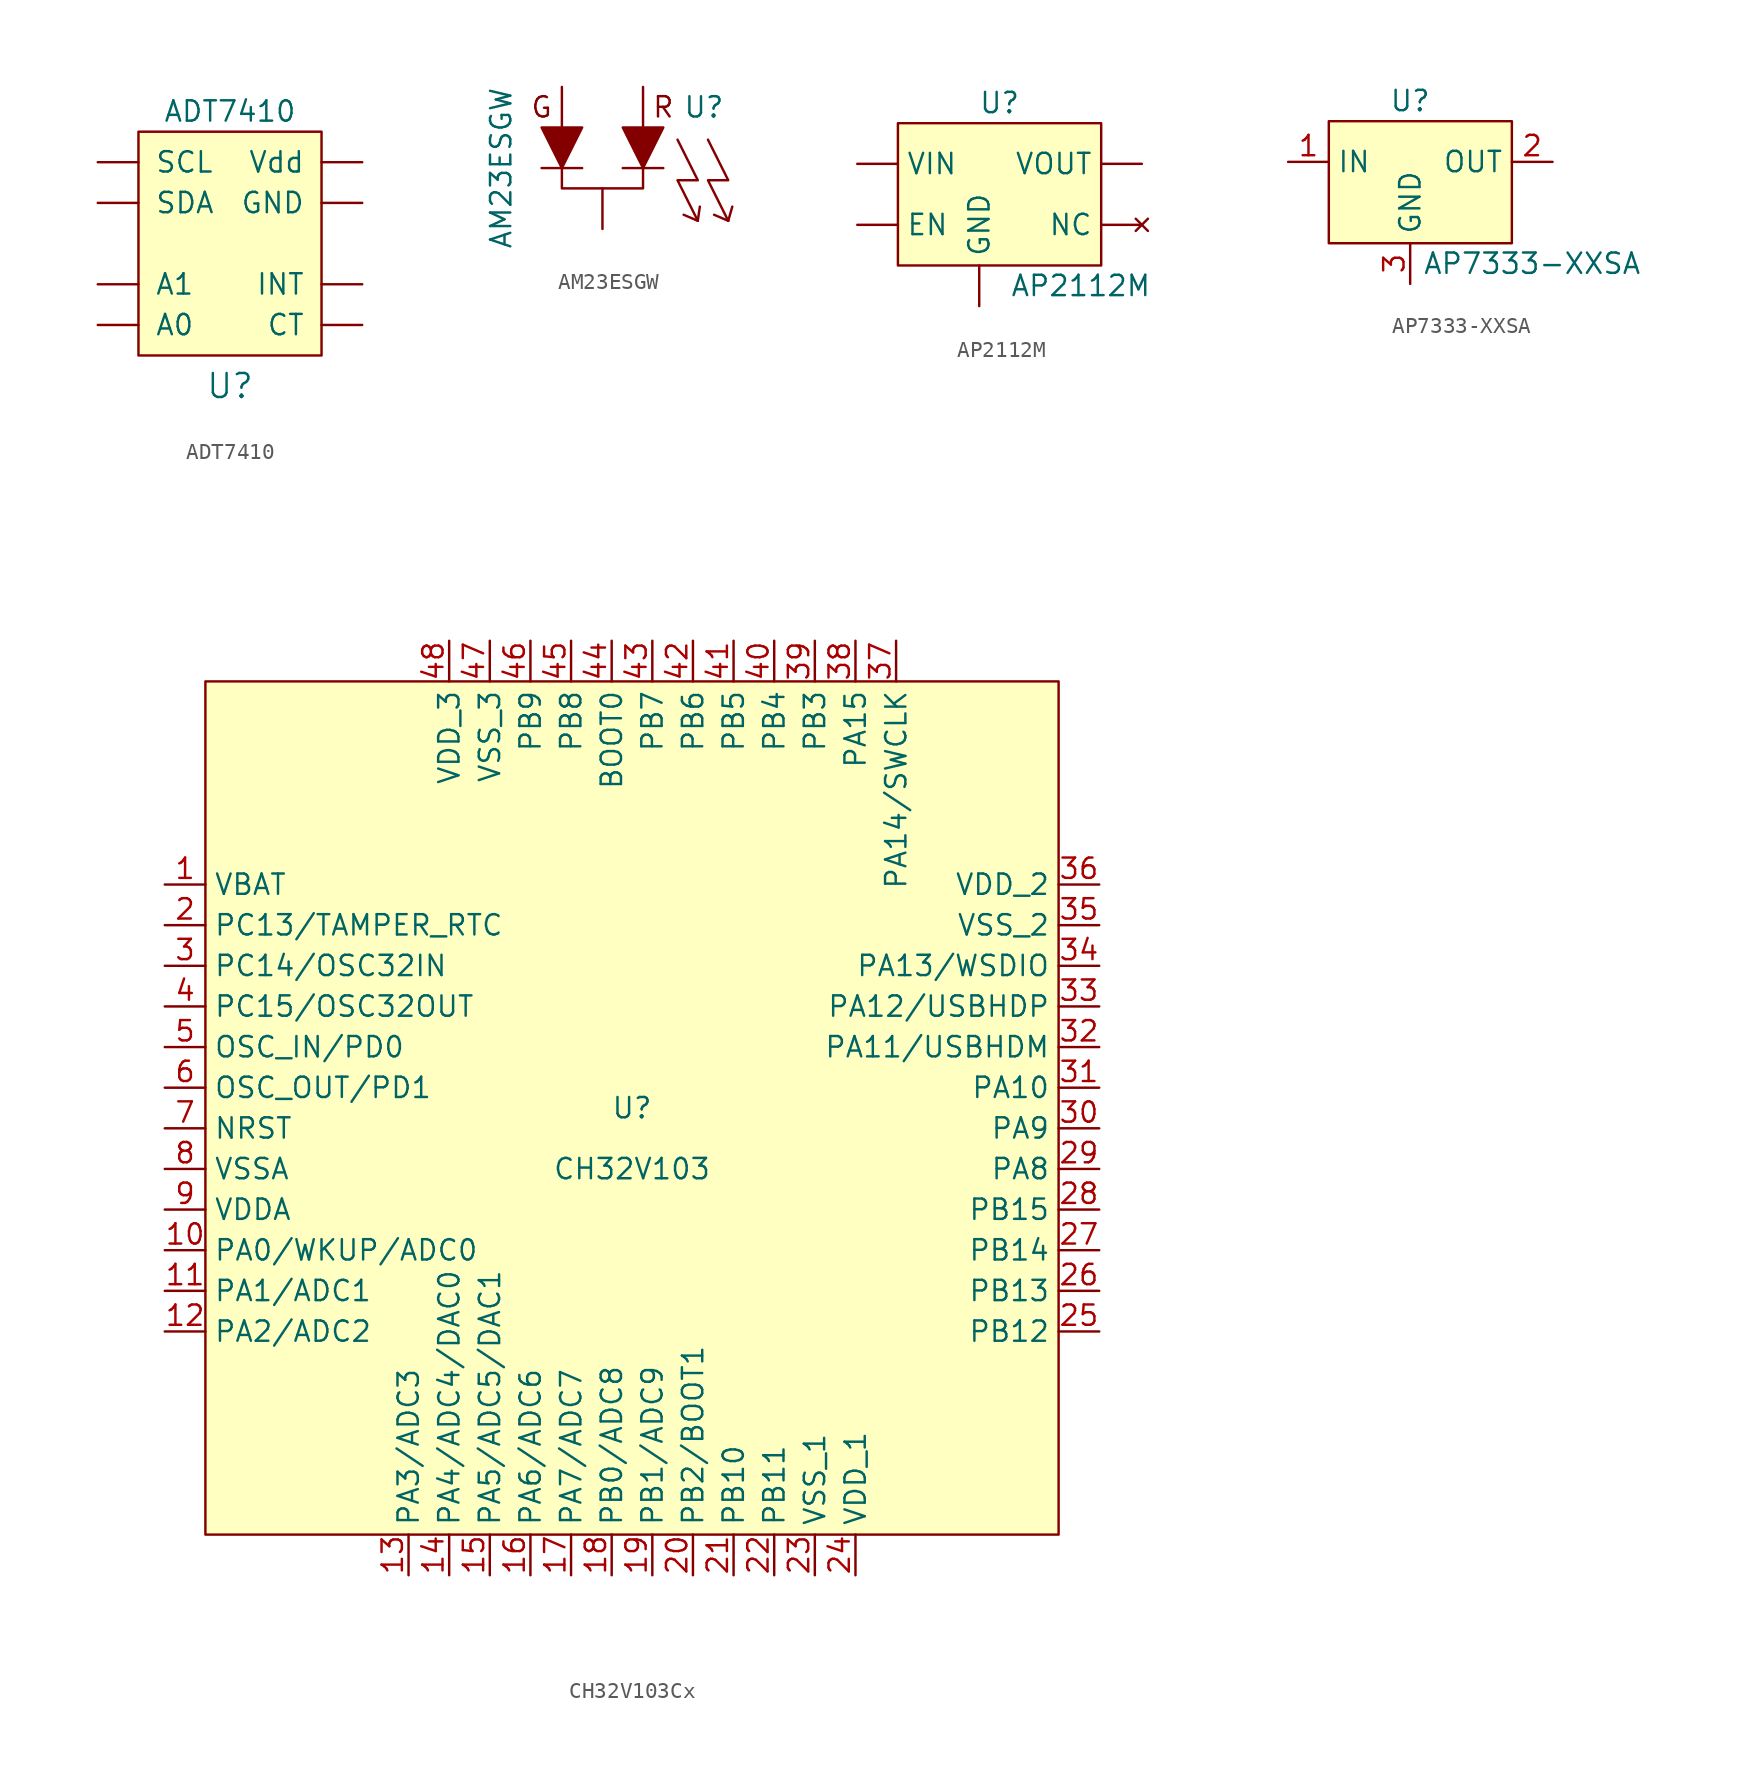
<source format=kicad_sym>
(kicad_symbol_lib
  (version 20220914)
  (generator kicad_symbol_editor)
  (symbol "ADT7410"
    (pin_numbers hide)
    (pin_names
      (offset 1.016))
    (property "Reference" "U"
      (at 0 -10.795 0)
      (effects (font (size 1.499 1.499))))
    (property "Value" "ADT7410"
      (at 0 6.35 0)
      (effects (font (size 1.27 1.27))))
    (symbol "ADT7410_0_1"
      (rectangle (start -5.715 5.08) (end 5.715 -8.89) (stroke (width 0) (type default)) (fill (type background))))
    (symbol "ADT7410_1_1"
      (pin input line (at -8.255 3.175 0) (length 2.54) (name "SCL" (effects (font (size 1.27 1.27)))) (number "1" (effects (font (size 1.27 1.27)))))
      (pin bidirectional line (at -8.255 0.635 0) (length 2.54) (name "SDA" (effects (font (size 1.27 1.27)))) (number "2" (effects (font (size 1.27 1.27)))))
      (pin input line (at -8.255 -6.985 0) (length 2.54) (name "A0" (effects (font (size 1.27 1.27)))) (number "3" (effects (font (size 1.27 1.27)))))
      (pin input line (at -8.255 -4.445 0) (length 2.54) (name "A1" (effects (font (size 1.27 1.27)))) (number "4" (effects (font (size 1.27 1.27)))))
      (pin output line (at 8.255 -4.445 180) (length 2.54) (name "INT" (effects (font (size 1.27 1.27)))) (number "5" (effects (font (size 1.27 1.27)))))
      (pin output line (at 8.255 -6.985 180) (length 2.54) (name "CT" (effects (font (size 1.27 1.27)))) (number "6" (effects (font (size 1.27 1.27)))))
      (pin power_in line (at 8.255 0.635 180) (length 2.54) (name "GND" (effects (font (size 1.27 1.27)))) (number "7" (effects (font (size 1.27 1.27)))))
      (pin power_in line (at 8.255 3.175 180) (length 2.54) (name "Vdd" (effects (font (size 1.27 1.27)))) (number "8" (effects (font (size 1.27 1.27)))))))
  (symbol "AM23ESGW"
    (pin_numbers hide)
    (pin_names hide)
    (property "Reference" "U"
      (at 6.35 3.81 0)
      (effects (font (size 1.27 1.27))))
    (property "Value" "AM23ESGW"
      (at -6.35 0 90)
      (effects (font (size 1.27 1.27))))
    (symbol "AM23ESGW_0_0"
      (text "G" (at -3.81 3.81 0) (effects (font (size 1.27 1.27))))
      (text "R" (at 3.81 3.81 0) (effects (font (size 1.27 1.27)))))
    (symbol "AM23ESGW_0_1"
      (polyline (pts (xy -3.81 0) (xy -1.27 0)) (stroke (width 0) (type default)) (fill (type none)))
      (polyline (pts (xy 1.27 0) (xy 3.81 0)) (stroke (width 0) (type default)) (fill (type none)))
      (polyline (pts (xy 5.969 -3.302) (xy 5.08 -2.921)) (stroke (width 0) (type default)) (fill (type none)))
      (polyline (pts (xy 5.969 -3.302) (xy 6.096 -2.413)) (stroke (width 0) (type default)) (fill (type none)))
      (polyline (pts (xy 7.874 -3.302) (xy 6.985 -2.921)) (stroke (width 0) (type default)) (fill (type none)))
      (polyline (pts (xy 7.874 -3.302) (xy 8.128 -2.413)) (stroke (width 0) (type default)) (fill (type none)))
      (polyline (pts (xy -2.54 0) (xy -2.54 -1.27) (xy 2.54 -1.27) (xy 2.54 0)) (stroke (width 0) (type default)) (fill (type none)))
      (polyline (pts (xy -2.54 0) (xy -1.27 2.54) (xy -3.81 2.54) (xy -2.54 0)) (stroke (width 0) (type default)) (fill (type outline)))
      (polyline (pts (xy 2.54 0) (xy 3.81 2.54) (xy 1.27 2.54) (xy 2.54 0)) (stroke (width 0) (type default)) (fill (type outline)))
      (polyline (pts (xy 4.699 1.778) (xy 5.969 -0.762) (xy 4.699 -0.762) (xy 5.969 -3.302)) (stroke (width 0) (type default)) (fill (type none)))
      (polyline (pts (xy 6.604 1.778) (xy 7.874 -0.762) (xy 6.604 -0.762) (xy 7.874 -3.302)) (stroke (width 0) (type default)) (fill (type none))))
    (symbol "AM23ESGW_1_1"
      (pin input line (at 2.54 5.08 270) (length 2.54) (name "R" (effects (font (size 1.27 1.27)))) (number "1" (effects (font (size 1.27 1.27)))))
      (pin input line (at -2.54 5.08 270) (length 2.54) (name "G" (effects (font (size 1.27 1.27)))) (number "2" (effects (font (size 1.27 1.27)))))
      (pin passive line (at 0 -3.81 90) (length 2.54) (name "C" (effects (font (size 1.27 1.27)))) (number "3" (effects (font (size 1.27 1.27)))))))
  (symbol "AP2112M"
    (pin_numbers hide)
    (property "Reference" "U"
      (at 1.27 5.08 0)
      (effects (font (size 1.27 1.27))))
    (property "Value" "AP2112M"
      (at 6.35 -6.35 0)
      (effects (font (size 1.27 1.27))))
    (symbol "AP2112M_0_1"
      (rectangle (start -5.08 3.81) (end 7.62 -5.08) (stroke (width 0) (type default)) (fill (type background))))
    (symbol "AP2112M_1_1"
      (pin power_out line (at 10.16 1.27 180) (length 2.54) (name "VOUT" (effects (font (size 1.27 1.27)))) (number "1" (effects (font (size 1.27 1.27)))))
      (pin no_connect line (at 10.16 -2.54 180) (length 2.54) (name "NC" (effects (font (size 1.27 1.27)))) (number "2" (effects (font (size 1.27 1.27)))))
      (pin no_connect line (at 10.16 -2.54 180) (length 2.54) hide (name "NC" (effects (font (size 1.27 1.27)))) (number "3" (effects (font (size 1.27 1.27)))))
      (pin no_connect line (at 10.16 -2.54 180) (length 2.54) hide (name "NC" (effects (font (size 1.27 1.27)))) (number "4" (effects (font (size 1.27 1.27)))))
      (pin input line (at -7.62 -2.54 0) (length 2.54) (name "EN" (effects (font (size 1.27 1.27)))) (number "5" (effects (font (size 1.27 1.27)))))
      (pin passive line (at 0 -7.62 90) (length 2.54) (name "GND" (effects (font (size 1.27 1.27)))) (number "6" (effects (font (size 1.27 1.27)))))
      (pin passive line (at 0 -7.62 90) (length 2.54) hide (name "GND" (effects (font (size 1.27 1.27)))) (number "7" (effects (font (size 1.27 1.27)))))
      (pin power_in line (at -7.62 1.27 0) (length 2.54) (name "VIN" (effects (font (size 1.27 1.27)))) (number "8" (effects (font (size 1.27 1.27)))))))
  (symbol "AP7333-XXSA"
    (property "Reference" "U"
      (at 0 5.08 0)
      (effects (font (size 1.27 1.27))))
    (property "Value" "AP7333-XXSA"
      (at 7.62 -5.08 0)
      (effects (font (size 1.27 1.27))))
    (symbol "AP7333-XXSA_1_1"
      (rectangle (start -5.08 3.81) (end 6.35 -3.81) (stroke (width 0) (type default)) (fill (type background)))
      (pin power_in line (at -7.62 1.27 0) (length 2.54) (name "IN" (effects (font (size 1.27 1.27)))) (number "1" (effects (font (size 1.27 1.27)))))
      (pin power_out line (at 8.89 1.27 180) (length 2.54) (name "OUT" (effects (font (size 1.27 1.27)))) (number "2" (effects (font (size 1.27 1.27)))))
      (pin power_in line (at 0 -6.35 90) (length 2.54) (name "GND" (effects (font (size 1.27 1.27)))) (number "3" (effects (font (size 1.27 1.27)))))))
  (symbol "CH32V103Cx"
    (property "Reference" "U"
      (at 0 0 0)
      (effects (font (size 1.27 1.27))))
    (property "Value" "CH32V103"
      (at 0 -3.81 0)
      (effects (font (size 1.27 1.27))))
    (symbol "CH32V103Cx_1_1"
      (rectangle (start -26.67 26.67) (end 26.67 -26.67) (stroke (width 0) (type default)) (fill (type background)))
      (pin power_in line (at -29.21 13.97 0) (length 2.54) (name "VBAT" (effects (font (size 1.27 1.27)))) (number "1" (effects (font (size 1.27 1.27)))))
      (pin bidirectional line (at -29.21 -8.89 0) (length 2.54) (name "PA0/WKUP/ADC0" (effects (font (size 1.27 1.27)))) (number "10" (effects (font (size 1.27 1.27)))))
      (pin bidirectional line (at -29.21 -11.43 0) (length 2.54) (name "PA1/ADC1" (effects (font (size 1.27 1.27)))) (number "11" (effects (font (size 1.27 1.27)))))
      (pin bidirectional line (at -29.21 -13.97 0) (length 2.54) (name "PA2/ADC2" (effects (font (size 1.27 1.27)))) (number "12" (effects (font (size 1.27 1.27)))))
      (pin bidirectional line (at -13.97 -29.21 90) (length 2.54) (name "PA3/ADC3" (effects (font (size 1.27 1.27)))) (number "13" (effects (font (size 1.27 1.27)))))
      (pin bidirectional line (at -11.43 -29.21 90) (length 2.54) (name "PA4/ADC4/DAC0" (effects (font (size 1.27 1.27)))) (number "14" (effects (font (size 1.27 1.27)))))
      (pin bidirectional line (at -8.89 -29.21 90) (length 2.54) (name "PA5/ADC5/DAC1" (effects (font (size 1.27 1.27)))) (number "15" (effects (font (size 1.27 1.27)))))
      (pin bidirectional line (at -6.35 -29.21 90) (length 2.54) (name "PA6/ADC6" (effects (font (size 1.27 1.27)))) (number "16" (effects (font (size 1.27 1.27)))))
      (pin bidirectional line (at -3.81 -29.21 90) (length 2.54) (name "PA7/ADC7" (effects (font (size 1.27 1.27)))) (number "17" (effects (font (size 1.27 1.27)))))
      (pin bidirectional line (at -1.27 -29.21 90) (length 2.54) (name "PB0/ADC8" (effects (font (size 1.27 1.27)))) (number "18" (effects (font (size 1.27 1.27)))))
      (pin bidirectional line (at 1.27 -29.21 90) (length 2.54) (name "PB1/ADC9" (effects (font (size 1.27 1.27)))) (number "19" (effects (font (size 1.27 1.27)))))
      (pin bidirectional line (at -29.21 11.43 0) (length 2.54) (name "PC13/TAMPER_RTC" (effects (font (size 1.27 1.27)))) (number "2" (effects (font (size 1.27 1.27)))))
      (pin bidirectional line (at 3.81 -29.21 90) (length 2.54) (name "PB2/BOOT1" (effects (font (size 1.27 1.27)))) (number "20" (effects (font (size 1.27 1.27)))))
      (pin bidirectional line (at 6.35 -29.21 90) (length 2.54) (name "PB10" (effects (font (size 1.27 1.27)))) (number "21" (effects (font (size 1.27 1.27)))))
      (pin bidirectional line (at 8.89 -29.21 90) (length 2.54) (name "PB11" (effects (font (size 1.27 1.27)))) (number "22" (effects (font (size 1.27 1.27)))))
      (pin power_in line (at 11.43 -29.21 90) (length 2.54) (name "VSS_1" (effects (font (size 1.27 1.27)))) (number "23" (effects (font (size 1.27 1.27)))))
      (pin power_in line (at 13.97 -29.21 90) (length 2.54) (name "VDD_1" (effects (font (size 1.27 1.27)))) (number "24" (effects (font (size 1.27 1.27)))))
      (pin bidirectional line (at 29.21 -13.97 180) (length 2.54) (name "PB12" (effects (font (size 1.27 1.27)))) (number "25" (effects (font (size 1.27 1.27)))))
      (pin bidirectional line (at 29.21 -11.43 180) (length 2.54) (name "PB13" (effects (font (size 1.27 1.27)))) (number "26" (effects (font (size 1.27 1.27)))))
      (pin bidirectional line (at 29.21 -8.89 180) (length 2.54) (name "PB14" (effects (font (size 1.27 1.27)))) (number "27" (effects (font (size 1.27 1.27)))))
      (pin bidirectional line (at 29.21 -6.35 180) (length 2.54) (name "PB15" (effects (font (size 1.27 1.27)))) (number "28" (effects (font (size 1.27 1.27)))))
      (pin bidirectional line (at 29.21 -3.81 180) (length 2.54) (name "PA8" (effects (font (size 1.27 1.27)))) (number "29" (effects (font (size 1.27 1.27)))))
      (pin bidirectional line (at -29.21 8.89 0) (length 2.54) (name "PC14/OSC32IN" (effects (font (size 1.27 1.27)))) (number "3" (effects (font (size 1.27 1.27)))))
      (pin bidirectional line (at 29.21 -1.27 180) (length 2.54) (name "PA9" (effects (font (size 1.27 1.27)))) (number "30" (effects (font (size 1.27 1.27)))))
      (pin bidirectional line (at 29.21 1.27 180) (length 2.54) (name "PA10" (effects (font (size 1.27 1.27)))) (number "31" (effects (font (size 1.27 1.27)))))
      (pin bidirectional line (at 29.21 3.81 180) (length 2.54) (name "PA11/USBHDM" (effects (font (size 1.27 1.27)))) (number "32" (effects (font (size 1.27 1.27)))))
      (pin bidirectional line (at 29.21 6.35 180) (length 2.54) (name "PA12/USBHDP" (effects (font (size 1.27 1.27)))) (number "33" (effects (font (size 1.27 1.27)))))
      (pin bidirectional line (at 29.21 8.89 180) (length 2.54) (name "PA13/WSDIO" (effects (font (size 1.27 1.27)))) (number "34" (effects (font (size 1.27 1.27)))))
      (pin power_in line (at 29.21 11.43 180) (length 2.54) (name "VSS_2" (effects (font (size 1.27 1.27)))) (number "35" (effects (font (size 1.27 1.27)))))
      (pin power_in line (at 29.21 13.97 180) (length 2.54) (name "VDD_2" (effects (font (size 1.27 1.27)))) (number "36" (effects (font (size 1.27 1.27)))))
      (pin bidirectional line (at 16.51 29.21 270) (length 2.54) (name "PA14/SWCLK" (effects (font (size 1.27 1.27)))) (number "37" (effects (font (size 1.27 1.27)))))
      (pin bidirectional line (at 13.97 29.21 270) (length 2.54) (name "PA15" (effects (font (size 1.27 1.27)))) (number "38" (effects (font (size 1.27 1.27)))))
      (pin bidirectional line (at 11.43 29.21 270) (length 2.54) (name "PB3" (effects (font (size 1.27 1.27)))) (number "39" (effects (font (size 1.27 1.27)))))
      (pin bidirectional line (at -29.21 6.35 0) (length 2.54) (name "PC15/OSC32OUT" (effects (font (size 1.27 1.27)))) (number "4" (effects (font (size 1.27 1.27)))))
      (pin bidirectional line (at 8.89 29.21 270) (length 2.54) (name "PB4" (effects (font (size 1.27 1.27)))) (number "40" (effects (font (size 1.27 1.27)))))
      (pin bidirectional line (at 6.35 29.21 270) (length 2.54) (name "PB5" (effects (font (size 1.27 1.27)))) (number "41" (effects (font (size 1.27 1.27)))))
      (pin bidirectional line (at 3.81 29.21 270) (length 2.54) (name "PB6" (effects (font (size 1.27 1.27)))) (number "42" (effects (font (size 1.27 1.27)))))
      (pin bidirectional line (at 1.27 29.21 270) (length 2.54) (name "PB7" (effects (font (size 1.27 1.27)))) (number "43" (effects (font (size 1.27 1.27)))))
      (pin input line (at -1.27 29.21 270) (length 2.54) (name "BOOT0" (effects (font (size 1.27 1.27)))) (number "44" (effects (font (size 1.27 1.27)))))
      (pin bidirectional line (at -3.81 29.21 270) (length 2.54) (name "PB8" (effects (font (size 1.27 1.27)))) (number "45" (effects (font (size 1.27 1.27)))))
      (pin bidirectional line (at -6.35 29.21 270) (length 2.54) (name "PB9" (effects (font (size 1.27 1.27)))) (number "46" (effects (font (size 1.27 1.27)))))
      (pin power_in line (at -8.89 29.21 270) (length 2.54) (name "VSS_3" (effects (font (size 1.27 1.27)))) (number "47" (effects (font (size 1.27 1.27)))))
      (pin power_in line (at -11.43 29.21 270) (length 2.54) (name "VDD_3" (effects (font (size 1.27 1.27)))) (number "48" (effects (font (size 1.27 1.27)))))
      (pin bidirectional line (at -29.21 3.81 0) (length 2.54) (name "OSC_IN/PD0" (effects (font (size 1.27 1.27)))) (number "5" (effects (font (size 1.27 1.27)))))
      (pin bidirectional line (at -29.21 1.27 0) (length 2.54) (name "OSC_OUT/PD1" (effects (font (size 1.27 1.27)))) (number "6" (effects (font (size 1.27 1.27)))))
      (pin input line (at -29.21 -1.27 0) (length 2.54) (name "NRST" (effects (font (size 1.27 1.27)))) (number "7" (effects (font (size 1.27 1.27)))))
      (pin power_in line (at -29.21 -3.81 0) (length 2.54) (name "VSSA" (effects (font (size 1.27 1.27)))) (number "8" (effects (font (size 1.27 1.27)))))
      (pin power_in line (at -29.21 -6.35 0) (length 2.54) (name "VDDA" (effects (font (size 1.27 1.27)))) (number "9" (effects (font (size 1.27 1.27))))))))
</source>
